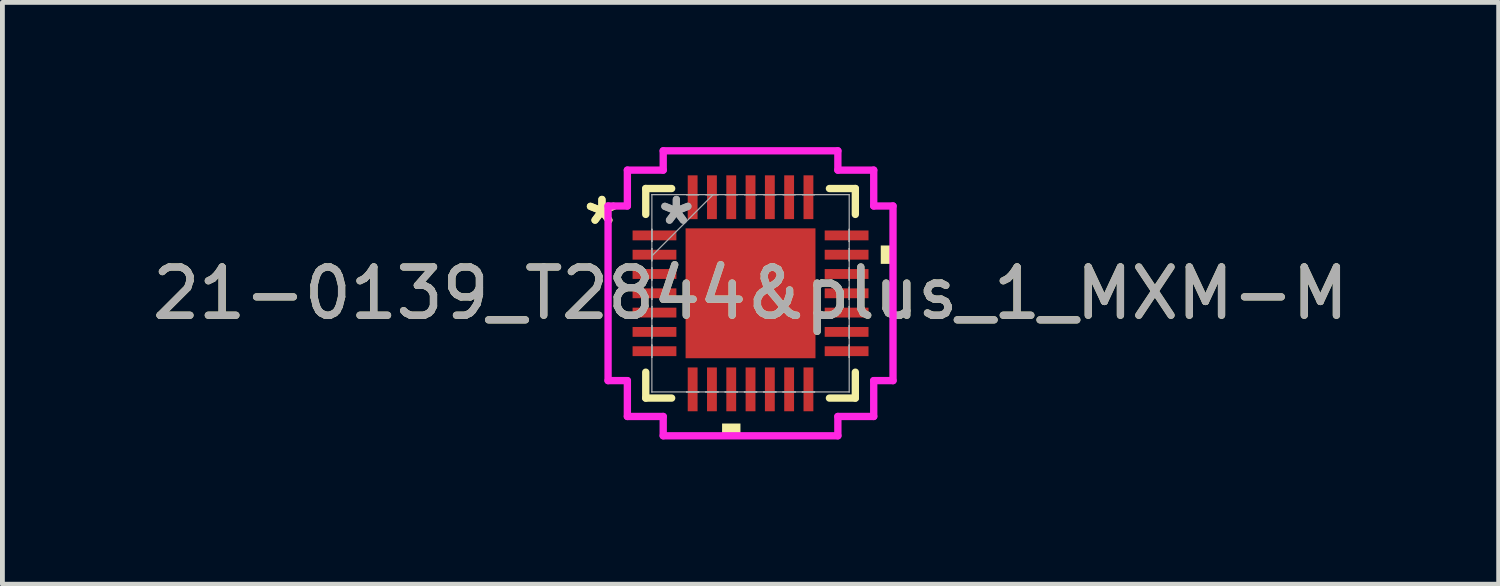
<source format=kicad_pcb>
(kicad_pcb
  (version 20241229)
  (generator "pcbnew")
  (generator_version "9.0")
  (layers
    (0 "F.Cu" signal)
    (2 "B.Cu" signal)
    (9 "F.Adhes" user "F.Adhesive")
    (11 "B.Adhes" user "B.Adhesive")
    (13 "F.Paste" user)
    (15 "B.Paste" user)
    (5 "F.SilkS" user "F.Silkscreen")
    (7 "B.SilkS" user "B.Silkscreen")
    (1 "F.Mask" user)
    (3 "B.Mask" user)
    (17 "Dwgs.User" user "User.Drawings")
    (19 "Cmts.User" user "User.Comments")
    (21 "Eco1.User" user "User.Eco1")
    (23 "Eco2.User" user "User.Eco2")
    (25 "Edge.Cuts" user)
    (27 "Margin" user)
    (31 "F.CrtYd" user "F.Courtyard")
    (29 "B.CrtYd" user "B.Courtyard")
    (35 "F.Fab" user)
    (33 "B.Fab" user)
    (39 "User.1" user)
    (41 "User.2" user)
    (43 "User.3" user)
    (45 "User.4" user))
  (footprint "21-0139_T2844&plus_1_MXM-M"
    (layer "F.Cu")
    (at 12.506 3.029)
    (property "Reference" "21-0139_T2844&plus_1_MXM-M" (at 0 0 0) (unlocked yes) (layer "F.SilkS") (effects (font (size 1 1) (thickness 0.15))))
    (attr smd)
    (fp_line (start -2.172 -2.172) (end -2.172 -1.635) (stroke (width 0.152) (type solid)) (layer "F.SilkS"))
    (fp_line (start -2.172 1.635) (end -2.172 2.172) (stroke (width 0.152) (type solid)) (layer "F.SilkS"))
    (fp_line (start -2.172 2.172) (end -1.635 2.172) (stroke (width 0.152) (type solid)) (layer "F.SilkS"))
    (fp_line (start -1.635 -2.172) (end -2.172 -2.172) (stroke (width 0.152) (type solid)) (layer "F.SilkS"))
    (fp_line (start 1.635 2.172) (end 2.172 2.172) (stroke (width 0.152) (type solid)) (layer "F.SilkS"))
    (fp_line (start 2.172 -2.172) (end 1.635 -2.172) (stroke (width 0.152) (type solid)) (layer "F.SilkS"))
    (fp_line (start 2.172 -1.635) (end 2.172 -2.172) (stroke (width 0.152) (type solid)) (layer "F.SilkS"))
    (fp_line (start 2.172 2.172) (end 2.172 1.635) (stroke (width 0.152) (type solid)) (layer "F.SilkS"))
    (fp_poly (pts (xy -0.59 2.699) (xy -0.59 2.953) (xy -0.209 2.953) (xy -0.209 2.699)) (stroke (width 0) (type solid)) (fill yes) (layer "F.SilkS"))
    (fp_poly (pts (xy 2.953 -0.991) (xy 2.953 -0.61) (xy 2.699 -0.61) (xy 2.699 -0.991)) (stroke (width 0) (type solid)) (fill yes) (layer "F.SilkS"))
    (fp_poly (pts (xy -1.246 -1.246) (xy -1.246 -0.1) (xy -0.1 -0.1) (xy -0.1 -1.246)) (stroke (width 0) (type solid)) (fill yes) (layer "F.Paste"))
    (fp_poly (pts (xy -1.246 0.1) (xy -1.246 1.246) (xy -0.1 1.246) (xy -0.1 0.1)) (stroke (width 0) (type solid)) (fill yes) (layer "F.Paste"))
    (fp_poly (pts (xy 0.1 -1.246) (xy 0.1 -0.1) (xy 1.246 -0.1) (xy 1.246 -1.246)) (stroke (width 0) (type solid)) (fill yes) (layer "F.Paste"))
    (fp_poly (pts (xy 0.1 0.1) (xy 0.1 1.246) (xy 1.246 1.246) (xy 1.246 0.1)) (stroke (width 0) (type solid)) (fill yes) (layer "F.Paste"))
    (fp_line (start -2.953 -1.81) (end -2.553 -1.81) (stroke (width 0.152) (type solid)) (layer "F.CrtYd"))
    (fp_line (start -2.953 1.81) (end -2.953 -1.81) (stroke (width 0.152) (type solid)) (layer "F.CrtYd"))
    (fp_line (start -2.553 -2.553) (end -1.81 -2.553) (stroke (width 0.152) (type solid)) (layer "F.CrtYd"))
    (fp_line (start -2.553 -1.81) (end -2.553 -2.553) (stroke (width 0.152) (type solid)) (layer "F.CrtYd"))
    (fp_line (start -2.553 1.81) (end -2.953 1.81) (stroke (width 0.152) (type solid)) (layer "F.CrtYd"))
    (fp_line (start -2.553 2.553) (end -2.553 1.81) (stroke (width 0.152) (type solid)) (layer "F.CrtYd"))
    (fp_line (start -1.81 -2.953) (end 1.81 -2.953) (stroke (width 0.152) (type solid)) (layer "F.CrtYd"))
    (fp_line (start -1.81 -2.553) (end -1.81 -2.953) (stroke (width 0.152) (type solid)) (layer "F.CrtYd"))
    (fp_line (start -1.81 2.553) (end -2.553 2.553) (stroke (width 0.152) (type solid)) (layer "F.CrtYd"))
    (fp_line (start -1.81 2.953) (end -1.81 2.553) (stroke (width 0.152) (type solid)) (layer "F.CrtYd"))
    (fp_line (start 1.81 -2.953) (end 1.81 -2.553) (stroke (width 0.152) (type solid)) (layer "F.CrtYd"))
    (fp_line (start 1.81 -2.553) (end 2.553 -2.553) (stroke (width 0.152) (type solid)) (layer "F.CrtYd"))
    (fp_line (start 1.81 2.553) (end 1.81 2.953) (stroke (width 0.152) (type solid)) (layer "F.CrtYd"))
    (fp_line (start 1.81 2.953) (end -1.81 2.953) (stroke (width 0.152) (type solid)) (layer "F.CrtYd"))
    (fp_line (start 2.553 -2.553) (end 2.553 -1.81) (stroke (width 0.152) (type solid)) (layer "F.CrtYd"))
    (fp_line (start 2.553 -1.81) (end 2.953 -1.81) (stroke (width 0.152) (type solid)) (layer "F.CrtYd"))
    (fp_line (start 2.553 1.81) (end 2.553 2.553) (stroke (width 0.152) (type solid)) (layer "F.CrtYd"))
    (fp_line (start 2.553 2.553) (end 1.81 2.553) (stroke (width 0.152) (type solid)) (layer "F.CrtYd"))
    (fp_line (start 2.953 -1.81) (end 2.953 1.81) (stroke (width 0.152) (type solid)) (layer "F.CrtYd"))
    (fp_line (start 2.953 1.81) (end 2.553 1.81) (stroke (width 0.152) (type solid)) (layer "F.CrtYd"))
    (fp_line (start -2.045 -2.045) (end -2.045 -2.045) (stroke (width 0.025) (type solid)) (layer "F.Fab"))
    (fp_line (start -2.045 -2.045) (end -2.045 2.045) (stroke (width 0.025) (type solid)) (layer "F.Fab"))
    (fp_line (start -2.045 -1.327) (end -2.045 -1.327) (stroke (width 0.025) (type solid)) (layer "F.Fab"))
    (fp_line (start -2.045 -1.327) (end -2.045 -1.073) (stroke (width 0.025) (type solid)) (layer "F.Fab"))
    (fp_line (start -2.045 -1.073) (end -2.045 -1.327) (stroke (width 0.025) (type solid)) (layer "F.Fab"))
    (fp_line (start -2.045 -1.073) (end -2.045 -1.073) (stroke (width 0.025) (type solid)) (layer "F.Fab"))
    (fp_line (start -2.045 -0.927) (end -2.045 -0.927) (stroke (width 0.025) (type solid)) (layer "F.Fab"))
    (fp_line (start -2.045 -0.927) (end -2.045 -0.673) (stroke (width 0.025) (type solid)) (layer "F.Fab"))
    (fp_line (start -2.045 -0.775) (end -0.775 -2.045) (stroke (width 0.025) (type solid)) (layer "F.Fab"))
    (fp_line (start -2.045 -0.673) (end -2.045 -0.927) (stroke (width 0.025) (type solid)) (layer "F.Fab"))
    (fp_line (start -2.045 -0.673) (end -2.045 -0.673) (stroke (width 0.025) (type solid)) (layer "F.Fab"))
    (fp_line (start -2.045 -0.527) (end -2.045 -0.527) (stroke (width 0.025) (type solid)) (layer "F.Fab"))
    (fp_line (start -2.045 -0.527) (end -2.045 -0.273) (stroke (width 0.025) (type solid)) (layer "F.Fab"))
    (fp_line (start -2.045 -0.273) (end -2.045 -0.527) (stroke (width 0.025) (type solid)) (layer "F.Fab"))
    (fp_line (start -2.045 -0.273) (end -2.045 -0.273) (stroke (width 0.025) (type solid)) (layer "F.Fab"))
    (fp_line (start -2.045 -0.127) (end -2.045 -0.127) (stroke (width 0.025) (type solid)) (layer "F.Fab"))
    (fp_line (start -2.045 -0.127) (end -2.045 0.127) (stroke (width 0.025) (type solid)) (layer "F.Fab"))
    (fp_line (start -2.045 0.127) (end -2.045 -0.127) (stroke (width 0.025) (type solid)) (layer "F.Fab"))
    (fp_line (start -2.045 0.127) (end -2.045 0.127) (stroke (width 0.025) (type solid)) (layer "F.Fab"))
    (fp_line (start -2.045 0.273) (end -2.045 0.273) (stroke (width 0.025) (type solid)) (layer "F.Fab"))
    (fp_line (start -2.045 0.273) (end -2.045 0.527) (stroke (width 0.025) (type solid)) (layer "F.Fab"))
    (fp_line (start -2.045 0.527) (end -2.045 0.273) (stroke (width 0.025) (type solid)) (layer "F.Fab"))
    (fp_line (start -2.045 0.527) (end -2.045 0.527) (stroke (width 0.025) (type solid)) (layer "F.Fab"))
    (fp_line (start -2.045 0.673) (end -2.045 0.673) (stroke (width 0.025) (type solid)) (layer "F.Fab"))
    (fp_line (start -2.045 0.673) (end -2.045 0.927) (stroke (width 0.025) (type solid)) (layer "F.Fab"))
    (fp_line (start -2.045 0.927) (end -2.045 0.673) (stroke (width 0.025) (type solid)) (layer "F.Fab"))
    (fp_line (start -2.045 0.927) (end -2.045 0.927) (stroke (width 0.025) (type solid)) (layer "F.Fab"))
    (fp_line (start -2.045 1.073) (end -2.045 1.073) (stroke (width 0.025) (type solid)) (layer "F.Fab"))
    (fp_line (start -2.045 1.073) (end -2.045 1.327) (stroke (width 0.025) (type solid)) (layer "F.Fab"))
    (fp_line (start -2.045 1.327) (end -2.045 1.073) (stroke (width 0.025) (type solid)) (layer "F.Fab"))
    (fp_line (start -2.045 1.327) (end -2.045 1.327) (stroke (width 0.025) (type solid)) (layer "F.Fab"))
    (fp_line (start -2.045 2.045) (end -2.045 2.045) (stroke (width 0.025) (type solid)) (layer "F.Fab"))
    (fp_line (start -2.045 2.045) (end 2.045 2.045) (stroke (width 0.025) (type solid)) (layer "F.Fab"))
    (fp_line (start -1.327 -2.045) (end -1.327 -2.045) (stroke (width 0.025) (type solid)) (layer "F.Fab"))
    (fp_line (start -1.327 -2.045) (end -1.073 -2.045) (stroke (width 0.025) (type solid)) (layer "F.Fab"))
    (fp_line (start -1.327 2.045) (end -1.327 2.045) (stroke (width 0.025) (type solid)) (layer "F.Fab"))
    (fp_line (start -1.327 2.045) (end -1.073 2.045) (stroke (width 0.025) (type solid)) (layer "F.Fab"))
    (fp_line (start -1.073 -2.045) (end -1.327 -2.045) (stroke (width 0.025) (type solid)) (layer "F.Fab"))
    (fp_line (start -1.073 -2.045) (end -1.073 -2.045) (stroke (width 0.025) (type solid)) (layer "F.Fab"))
    (fp_line (start -1.073 2.045) (end -1.327 2.045) (stroke (width 0.025) (type solid)) (layer "F.Fab"))
    (fp_line (start -1.073 2.045) (end -1.073 2.045) (stroke (width 0.025) (type solid)) (layer "F.Fab"))
    (fp_line (start -0.927 -2.045) (end -0.927 -2.045) (stroke (width 0.025) (type solid)) (layer "F.Fab"))
    (fp_line (start -0.927 -2.045) (end -0.673 -2.045) (stroke (width 0.025) (type solid)) (layer "F.Fab"))
    (fp_line (start -0.927 2.045) (end -0.927 2.045) (stroke (width 0.025) (type solid)) (layer "F.Fab"))
    (fp_line (start -0.927 2.045) (end -0.673 2.045) (stroke (width 0.025) (type solid)) (layer "F.Fab"))
    (fp_line (start -0.673 -2.045) (end -0.927 -2.045) (stroke (width 0.025) (type solid)) (layer "F.Fab"))
    (fp_line (start -0.673 -2.045) (end -0.673 -2.045) (stroke (width 0.025) (type solid)) (layer "F.Fab"))
    (fp_line (start -0.673 2.045) (end -0.927 2.045) (stroke (width 0.025) (type solid)) (layer "F.Fab"))
    (fp_line (start -0.673 2.045) (end -0.673 2.045) (stroke (width 0.025) (type solid)) (layer "F.Fab"))
    (fp_line (start -0.527 -2.045) (end -0.527 -2.045) (stroke (width 0.025) (type solid)) (layer "F.Fab"))
    (fp_line (start -0.527 -2.045) (end -0.273 -2.045) (stroke (width 0.025) (type solid)) (layer "F.Fab"))
    (fp_line (start -0.527 2.045) (end -0.527 2.045) (stroke (width 0.025) (type solid)) (layer "F.Fab"))
    (fp_line (start -0.527 2.045) (end -0.273 2.045) (stroke (width 0.025) (type solid)) (layer "F.Fab"))
    (fp_line (start -0.273 -2.045) (end -0.527 -2.045) (stroke (width 0.025) (type solid)) (layer "F.Fab"))
    (fp_line (start -0.273 -2.045) (end -0.273 -2.045) (stroke (width 0.025) (type solid)) (layer "F.Fab"))
    (fp_line (start -0.273 2.045) (end -0.527 2.045) (stroke (width 0.025) (type solid)) (layer "F.Fab"))
    (fp_line (start -0.273 2.045) (end -0.273 2.045) (stroke (width 0.025) (type solid)) (layer "F.Fab"))
    (fp_line (start -0.127 -2.045) (end -0.127 -2.045) (stroke (width 0.025) (type solid)) (layer "F.Fab"))
    (fp_line (start -0.127 -2.045) (end 0.127 -2.045) (stroke (width 0.025) (type solid)) (layer "F.Fab"))
    (fp_line (start -0.127 2.045) (end -0.127 2.045) (stroke (width 0.025) (type solid)) (layer "F.Fab"))
    (fp_line (start -0.127 2.045) (end 0.127 2.045) (stroke (width 0.025) (type solid)) (layer "F.Fab"))
    (fp_line (start 0.127 -2.045) (end -0.127 -2.045) (stroke (width 0.025) (type solid)) (layer "F.Fab"))
    (fp_line (start 0.127 -2.045) (end 0.127 -2.045) (stroke (width 0.025) (type solid)) (layer "F.Fab"))
    (fp_line (start 0.127 2.045) (end -0.127 2.045) (stroke (width 0.025) (type solid)) (layer "F.Fab"))
    (fp_line (start 0.127 2.045) (end 0.127 2.045) (stroke (width 0.025) (type solid)) (layer "F.Fab"))
    (fp_line (start 0.273 -2.045) (end 0.273 -2.045) (stroke (width 0.025) (type solid)) (layer "F.Fab"))
    (fp_line (start 0.273 -2.045) (end 0.527 -2.045) (stroke (width 0.025) (type solid)) (layer "F.Fab"))
    (fp_line (start 0.273 2.045) (end 0.273 2.045) (stroke (width 0.025) (type solid)) (layer "F.Fab"))
    (fp_line (start 0.273 2.045) (end 0.527 2.045) (stroke (width 0.025) (type solid)) (layer "F.Fab"))
    (fp_line (start 0.527 -2.045) (end 0.273 -2.045) (stroke (width 0.025) (type solid)) (layer "F.Fab"))
    (fp_line (start 0.527 -2.045) (end 0.527 -2.045) (stroke (width 0.025) (type solid)) (layer "F.Fab"))
    (fp_line (start 0.527 2.045) (end 0.273 2.045) (stroke (width 0.025) (type solid)) (layer "F.Fab"))
    (fp_line (start 0.527 2.045) (end 0.527 2.045) (stroke (width 0.025) (type solid)) (layer "F.Fab"))
    (fp_line (start 0.673 -2.045) (end 0.673 -2.045) (stroke (width 0.025) (type solid)) (layer "F.Fab"))
    (fp_line (start 0.673 -2.045) (end 0.927 -2.045) (stroke (width 0.025) (type solid)) (layer "F.Fab"))
    (fp_line (start 0.673 2.045) (end 0.673 2.045) (stroke (width 0.025) (type solid)) (layer "F.Fab"))
    (fp_line (start 0.673 2.045) (end 0.927 2.045) (stroke (width 0.025) (type solid)) (layer "F.Fab"))
    (fp_line (start 0.927 -2.045) (end 0.673 -2.045) (stroke (width 0.025) (type solid)) (layer "F.Fab"))
    (fp_line (start 0.927 -2.045) (end 0.927 -2.045) (stroke (width 0.025) (type solid)) (layer "F.Fab"))
    (fp_line (start 0.927 2.045) (end 0.673 2.045) (stroke (width 0.025) (type solid)) (layer "F.Fab"))
    (fp_line (start 0.927 2.045) (end 0.927 2.045) (stroke (width 0.025) (type solid)) (layer "F.Fab"))
    (fp_line (start 1.073 -2.045) (end 1.073 -2.045) (stroke (width 0.025) (type solid)) (layer "F.Fab"))
    (fp_line (start 1.073 -2.045) (end 1.327 -2.045) (stroke (width 0.025) (type solid)) (layer "F.Fab"))
    (fp_line (start 1.073 2.045) (end 1.073 2.045) (stroke (width 0.025) (type solid)) (layer "F.Fab"))
    (fp_line (start 1.073 2.045) (end 1.327 2.045) (stroke (width 0.025) (type solid)) (layer "F.Fab"))
    (fp_line (start 1.327 -2.045) (end 1.073 -2.045) (stroke (width 0.025) (type solid)) (layer "F.Fab"))
    (fp_line (start 1.327 -2.045) (end 1.327 -2.045) (stroke (width 0.025) (type solid)) (layer "F.Fab"))
    (fp_line (start 1.327 2.045) (end 1.073 2.045) (stroke (width 0.025) (type solid)) (layer "F.Fab"))
    (fp_line (start 1.327 2.045) (end 1.327 2.045) (stroke (width 0.025) (type solid)) (layer "F.Fab"))
    (fp_line (start 2.045 -2.045) (end -2.045 -2.045) (stroke (width 0.025) (type solid)) (layer "F.Fab"))
    (fp_line (start 2.045 -2.045) (end 2.045 -2.045) (stroke (width 0.025) (type solid)) (layer "F.Fab"))
    (fp_line (start 2.045 -1.327) (end 2.045 -1.327) (stroke (width 0.025) (type solid)) (layer "F.Fab"))
    (fp_line (start 2.045 -1.327) (end 2.045 -1.073) (stroke (width 0.025) (type solid)) (layer "F.Fab"))
    (fp_line (start 2.045 -1.073) (end 2.045 -1.327) (stroke (width 0.025) (type solid)) (layer "F.Fab"))
    (fp_line (start 2.045 -1.073) (end 2.045 -1.073) (stroke (width 0.025) (type solid)) (layer "F.Fab"))
    (fp_line (start 2.045 -0.927) (end 2.045 -0.927) (stroke (width 0.025) (type solid)) (layer "F.Fab"))
    (fp_line (start 2.045 -0.927) (end 2.045 -0.673) (stroke (width 0.025) (type solid)) (layer "F.Fab"))
    (fp_line (start 2.045 -0.673) (end 2.045 -0.927) (stroke (width 0.025) (type solid)) (layer "F.Fab"))
    (fp_line (start 2.045 -0.673) (end 2.045 -0.673) (stroke (width 0.025) (type solid)) (layer "F.Fab"))
    (fp_line (start 2.045 -0.527) (end 2.045 -0.527) (stroke (width 0.025) (type solid)) (layer "F.Fab"))
    (fp_line (start 2.045 -0.527) (end 2.045 -0.273) (stroke (width 0.025) (type solid)) (layer "F.Fab"))
    (fp_line (start 2.045 -0.273) (end 2.045 -0.527) (stroke (width 0.025) (type solid)) (layer "F.Fab"))
    (fp_line (start 2.045 -0.273) (end 2.045 -0.273) (stroke (width 0.025) (type solid)) (layer "F.Fab"))
    (fp_line (start 2.045 -0.127) (end 2.045 -0.127) (stroke (width 0.025) (type solid)) (layer "F.Fab"))
    (fp_line (start 2.045 -0.127) (end 2.045 0.127) (stroke (width 0.025) (type solid)) (layer "F.Fab"))
    (fp_line (start 2.045 0.127) (end 2.045 -0.127) (stroke (width 0.025) (type solid)) (layer "F.Fab"))
    (fp_line (start 2.045 0.127) (end 2.045 0.127) (stroke (width 0.025) (type solid)) (layer "F.Fab"))
    (fp_line (start 2.045 0.273) (end 2.045 0.273) (stroke (width 0.025) (type solid)) (layer "F.Fab"))
    (fp_line (start 2.045 0.273) (end 2.045 0.527) (stroke (width 0.025) (type solid)) (layer "F.Fab"))
    (fp_line (start 2.045 0.527) (end 2.045 0.273) (stroke (width 0.025) (type solid)) (layer "F.Fab"))
    (fp_line (start 2.045 0.527) (end 2.045 0.527) (stroke (width 0.025) (type solid)) (layer "F.Fab"))
    (fp_line (start 2.045 0.673) (end 2.045 0.673) (stroke (width 0.025) (type solid)) (layer "F.Fab"))
    (fp_line (start 2.045 0.673) (end 2.045 0.927) (stroke (width 0.025) (type solid)) (layer "F.Fab"))
    (fp_line (start 2.045 0.927) (end 2.045 0.673) (stroke (width 0.025) (type solid)) (layer "F.Fab"))
    (fp_line (start 2.045 0.927) (end 2.045 0.927) (stroke (width 0.025) (type solid)) (layer "F.Fab"))
    (fp_line (start 2.045 1.073) (end 2.045 1.073) (stroke (width 0.025) (type solid)) (layer "F.Fab"))
    (fp_line (start 2.045 1.073) (end 2.045 1.327) (stroke (width 0.025) (type solid)) (layer "F.Fab"))
    (fp_line (start 2.045 1.327) (end 2.045 1.073) (stroke (width 0.025) (type solid)) (layer "F.Fab"))
    (fp_line (start 2.045 1.327) (end 2.045 1.327) (stroke (width 0.025) (type solid)) (layer "F.Fab"))
    (fp_line (start 2.045 2.045) (end 2.045 -2.045) (stroke (width 0.025) (type solid)) (layer "F.Fab"))
    (fp_line (start 2.045 2.045) (end 2.045 2.045) (stroke (width 0.025) (type solid)) (layer "F.Fab"))
    (fp_text user "*" (at -3.08 -1.4 0) (layer "F.SilkS") (effects (font (size 1 1) (thickness 0.15))))
    (fp_text user "*" (at -3.08 -1.4 0) (unlocked yes) (layer "F.SilkS") (effects (font (size 1 1) (thickness 0.15))))
    (fp_text user "*" (at -1.537 -1.4 0) (unlocked yes) (layer "F.Fab") (effects (font (size 1 1) (thickness 0.15))))
    (fp_text user "${REFERENCE}" (at 0 0 0) (unlocked yes) (layer "F.Fab") (effects (font (size 1 1) (thickness 0.15))))
    (fp_text user "*" (at -1.537 -1.4 0) (layer "F.Fab") (effects (font (size 1 1) (thickness 0.15))))
    (pad "1" smd rect (at -1.991 -1.2 90) (size 0.204 0.908) (layers "F.Cu" "F.Mask" "F.Paste"))
    (pad "2" smd rect (at -1.991 -0.8 90) (size 0.204 0.908) (layers "F.Cu" "F.Mask" "F.Paste"))
    (pad "3" smd rect (at -1.991 -0.4 90) (size 0.204 0.908) (layers "F.Cu" "F.Mask" "F.Paste"))
    (pad "4" smd rect (at -1.991 0 90) (size 0.204 0.908) (layers "F.Cu" "F.Mask" "F.Paste"))
    (pad "5" smd rect (at -1.991 0.4 90) (size 0.204 0.908) (layers "F.Cu" "F.Mask" "F.Paste"))
    (pad "6" smd rect (at -1.991 0.8 90) (size 0.204 0.908) (layers "F.Cu" "F.Mask" "F.Paste"))
    (pad "7" smd rect (at -1.991 1.2 90) (size 0.204 0.908) (layers "F.Cu" "F.Mask" "F.Paste"))
    (pad "8" smd rect (at -1.2 1.991) (size 0.204 0.908) (layers "F.Cu" "F.Mask" "F.Paste"))
    (pad "9" smd rect (at -0.8 1.991) (size 0.204 0.908) (layers "F.Cu" "F.Mask" "F.Paste"))
    (pad "10" smd rect (at -0.4 1.991) (size 0.204 0.908) (layers "F.Cu" "F.Mask" "F.Paste"))
    (pad "11" smd rect (at 0 1.991) (size 0.204 0.908) (layers "F.Cu" "F.Mask" "F.Paste"))
    (pad "12" smd rect (at 0.4 1.991) (size 0.204 0.908) (layers "F.Cu" "F.Mask" "F.Paste"))
    (pad "13" smd rect (at 0.8 1.991) (size 0.204 0.908) (layers "F.Cu" "F.Mask" "F.Paste"))
    (pad "14" smd rect (at 1.2 1.991) (size 0.204 0.908) (layers "F.Cu" "F.Mask" "F.Paste"))
    (pad "15" smd rect (at 1.991 1.2 90) (size 0.204 0.908) (layers "F.Cu" "F.Mask" "F.Paste"))
    (pad "16" smd rect (at 1.991 0.8 90) (size 0.204 0.908) (layers "F.Cu" "F.Mask" "F.Paste"))
    (pad "17" smd rect (at 1.991 0.4 90) (size 0.204 0.908) (layers "F.Cu" "F.Mask" "F.Paste"))
    (pad "18" smd rect (at 1.991 0 90) (size 0.204 0.908) (layers "F.Cu" "F.Mask" "F.Paste"))
    (pad "19" smd rect (at 1.991 -0.4 90) (size 0.204 0.908) (layers "F.Cu" "F.Mask" "F.Paste"))
    (pad "20" smd rect (at 1.991 -0.8 90) (size 0.204 0.908) (layers "F.Cu" "F.Mask" "F.Paste"))
    (pad "21" smd rect (at 1.991 -1.2 90) (size 0.204 0.908) (layers "F.Cu" "F.Mask" "F.Paste"))
    (pad "22" smd rect (at 1.2 -1.991) (size 0.204 0.908) (layers "F.Cu" "F.Mask" "F.Paste"))
    (pad "23" smd rect (at 0.8 -1.991) (size 0.204 0.908) (layers "F.Cu" "F.Mask" "F.Paste"))
    (pad "24" smd rect (at 0.4 -1.991) (size 0.204 0.908) (layers "F.Cu" "F.Mask" "F.Paste"))
    (pad "25" smd rect (at 0 -1.991) (size 0.204 0.908) (layers "F.Cu" "F.Mask" "F.Paste"))
    (pad "26" smd rect (at -0.4 -1.991) (size 0.204 0.908) (layers "F.Cu" "F.Mask" "F.Paste"))
    (pad "27" smd rect (at -0.8 -1.991) (size 0.204 0.908) (layers "F.Cu" "F.Mask" "F.Paste"))
    (pad "28" smd rect (at -1.2 -1.991) (size 0.204 0.908) (layers "F.Cu" "F.Mask" "F.Paste"))
    (pad "29" smd rect (at 0 0) (size 2.692 2.692) (layers "F.Cu" "F.Mask")))
  (gr_rect
    (start -3 -3)
    (end 28.012 9.058)
    (stroke (width 0.1) (type default))
    (fill no)
    (layer "Edge.Cuts")))
</source>
